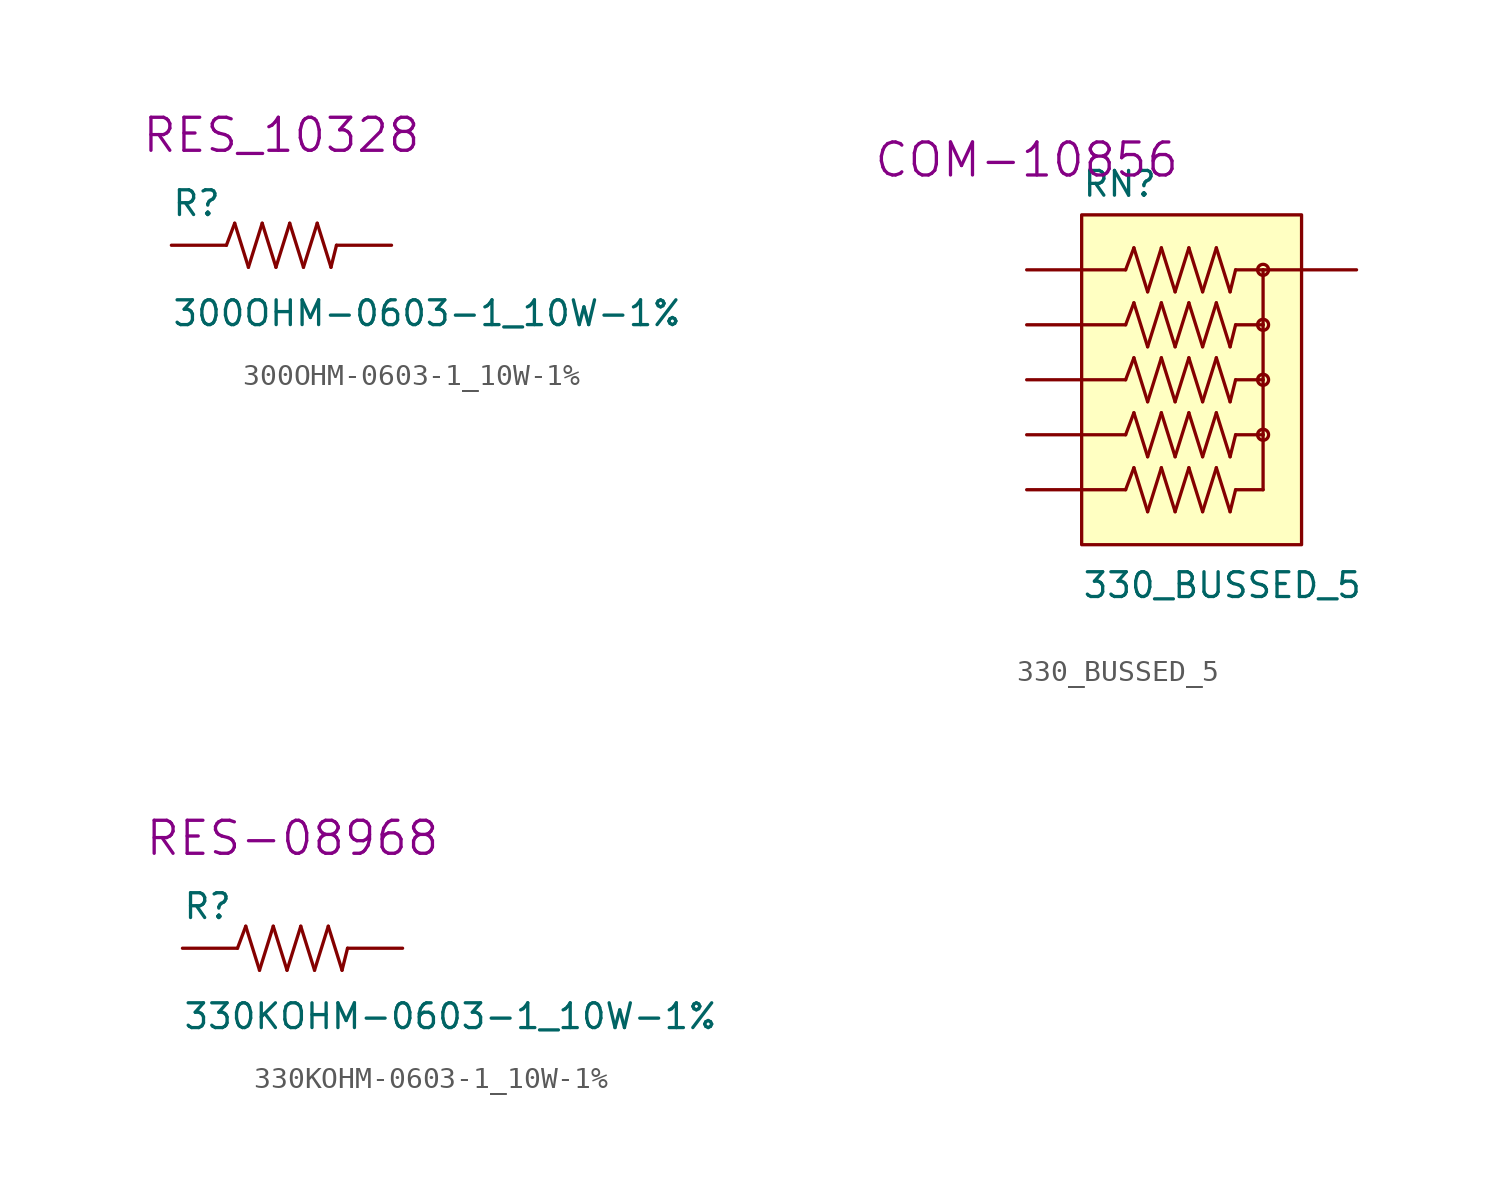
<source format=kicad_sym>
(kicad_symbol_lib
  (version 20211014)
  (generator kicad_symbol_editor)
  (symbol "300OHM-0603-1_10W-1%"
    (pin_numbers hide)
    (pin_names
      (offset 1.016) hide)
    (property "Reference" "R"
      (at -5.08 1.27 0)
      (effects (font (size 1.143 1.143)) (justify left bottom)))
    (property "Value" "300OHM-0603-1_10W-1%"
      (at -5.08 -3.81 0)
      (effects (font (size 1.143 1.143)) (justify left bottom)))
    (property "Field4" "RES_10328"
      (at 0 5.08 0)
      (effects (font (size 1.524 1.524))))
    (property "ki_locked" ""
      (at 0 0 0)
      (effects (font (size 1.27 1.27))))
    (symbol "300OHM-0603-1_10W-1%_1_0"
      (polyline (pts (xy -2.54 0) (xy -2.159 1.016)) (stroke (width 0) (type default) (color 0 0 0 0)) (fill (type none)))
      (polyline (pts (xy -2.159 1.016) (xy -1.524 -1.016)) (stroke (width 0) (type default) (color 0 0 0 0)) (fill (type none)))
      (polyline (pts (xy -1.524 -1.016) (xy -0.889 1.016)) (stroke (width 0) (type default) (color 0 0 0 0)) (fill (type none)))
      (polyline (pts (xy -0.889 1.016) (xy -0.254 -1.016)) (stroke (width 0) (type default) (color 0 0 0 0)) (fill (type none)))
      (polyline (pts (xy -0.254 -1.016) (xy 0.381 1.016)) (stroke (width 0) (type default) (color 0 0 0 0)) (fill (type none)))
      (polyline (pts (xy 0.381 1.016) (xy 1.016 -1.016)) (stroke (width 0) (type default) (color 0 0 0 0)) (fill (type none)))
      (polyline (pts (xy 1.016 -1.016) (xy 1.651 1.016)) (stroke (width 0) (type default) (color 0 0 0 0)) (fill (type none)))
      (polyline (pts (xy 1.651 1.016) (xy 2.286 -1.016)) (stroke (width 0) (type default) (color 0 0 0 0)) (fill (type none)))
      (polyline (pts (xy 2.286 -1.016) (xy 2.54 0)) (stroke (width 0) (type default) (color 0 0 0 0)) (fill (type none))))
    (symbol "300OHM-0603-1_10W-1%_1_1"
      (pin passive line (at -5.08 0 0) (length 2.54) (name "1" (effects (font (size 1.016 1.016)))) (number "1" (effects (font (size 1.016 1.016)))))
      (pin passive line (at 5.08 0 180) (length 2.54) (name "2" (effects (font (size 1.016 1.016)))) (number "2" (effects (font (size 1.016 1.016)))))))
  (symbol "330_BUSSED_5"
    (pin_numbers hide)
    (pin_names
      (offset 1.016) hide)
    (property "Reference" "RN"
      (at 2.54 3.302 0)
      (effects (font (size 1.143 1.143)) (justify left bottom)))
    (property "Value" "330_BUSSED_5"
      (at 2.54 -15.24 0)
      (effects (font (size 1.143 1.143)) (justify left bottom)))
    (property "Field4" "COM-10856"
      (at 0 5.08 0)
      (effects (font (size 1.524 1.524))))
    (property "ki_locked" ""
      (at 0 0 0)
      (effects (font (size 1.27 1.27))))
    (symbol "330_BUSSED_5_1_0"
      (polyline (pts (xy 2.54 -10.16) (xy 4.572 -10.16)) (stroke (width 0) (type default) (color 0 0 0 0)) (fill (type none)))
      (polyline (pts (xy 2.54 -5.08) (xy 4.572 -5.08)) (stroke (width 0) (type default) (color 0 0 0 0)) (fill (type none)))
      (polyline (pts (xy 2.54 -2.54) (xy 4.572 -2.54)) (stroke (width 0) (type default) (color 0 0 0 0)) (fill (type none)))
      (polyline (pts (xy 2.54 0) (xy 4.572 0)) (stroke (width 0) (type default) (color 0 0 0 0)) (fill (type none)))
      (polyline (pts (xy 4.572 -10.16) (xy 4.953 -9.144)) (stroke (width 0) (type default) (color 0 0 0 0)) (fill (type none)))
      (polyline (pts (xy 4.572 -7.62) (xy 2.54 -7.62)) (stroke (width 0) (type default) (color 0 0 0 0)) (fill (type none)))
      (polyline (pts (xy 4.572 -7.62) (xy 4.953 -6.604)) (stroke (width 0) (type default) (color 0 0 0 0)) (fill (type none)))
      (polyline (pts (xy 4.572 -5.08) (xy 4.953 -4.064)) (stroke (width 0) (type default) (color 0 0 0 0)) (fill (type none)))
      (polyline (pts (xy 4.572 -2.54) (xy 4.953 -1.524)) (stroke (width 0) (type default) (color 0 0 0 0)) (fill (type none)))
      (polyline (pts (xy 4.572 0) (xy 4.953 1.016)) (stroke (width 0) (type default) (color 0 0 0 0)) (fill (type none)))
      (polyline (pts (xy 4.953 -9.144) (xy 5.588 -11.176)) (stroke (width 0) (type default) (color 0 0 0 0)) (fill (type none)))
      (polyline (pts (xy 4.953 -6.604) (xy 5.588 -8.636)) (stroke (width 0) (type default) (color 0 0 0 0)) (fill (type none)))
      (polyline (pts (xy 4.953 -4.064) (xy 5.588 -6.096)) (stroke (width 0) (type default) (color 0 0 0 0)) (fill (type none)))
      (polyline (pts (xy 4.953 -1.524) (xy 5.588 -3.556)) (stroke (width 0) (type default) (color 0 0 0 0)) (fill (type none)))
      (polyline (pts (xy 4.953 1.016) (xy 5.588 -1.016)) (stroke (width 0) (type default) (color 0 0 0 0)) (fill (type none)))
      (polyline (pts (xy 5.588 -11.176) (xy 6.223 -9.144)) (stroke (width 0) (type default) (color 0 0 0 0)) (fill (type none)))
      (polyline (pts (xy 5.588 -8.636) (xy 6.223 -6.604)) (stroke (width 0) (type default) (color 0 0 0 0)) (fill (type none)))
      (polyline (pts (xy 5.588 -6.096) (xy 6.223 -4.064)) (stroke (width 0) (type default) (color 0 0 0 0)) (fill (type none)))
      (polyline (pts (xy 5.588 -3.556) (xy 6.223 -1.524)) (stroke (width 0) (type default) (color 0 0 0 0)) (fill (type none)))
      (polyline (pts (xy 5.588 -1.016) (xy 6.223 1.016)) (stroke (width 0) (type default) (color 0 0 0 0)) (fill (type none)))
      (polyline (pts (xy 6.223 -9.144) (xy 6.858 -11.176)) (stroke (width 0) (type default) (color 0 0 0 0)) (fill (type none)))
      (polyline (pts (xy 6.223 -6.604) (xy 6.858 -8.636)) (stroke (width 0) (type default) (color 0 0 0 0)) (fill (type none)))
      (polyline (pts (xy 6.223 -4.064) (xy 6.858 -6.096)) (stroke (width 0) (type default) (color 0 0 0 0)) (fill (type none)))
      (polyline (pts (xy 6.223 -1.524) (xy 6.858 -3.556)) (stroke (width 0) (type default) (color 0 0 0 0)) (fill (type none)))
      (polyline (pts (xy 6.223 1.016) (xy 6.858 -1.016)) (stroke (width 0) (type default) (color 0 0 0 0)) (fill (type none)))
      (polyline (pts (xy 6.858 -11.176) (xy 7.493 -9.144)) (stroke (width 0) (type default) (color 0 0 0 0)) (fill (type none)))
      (polyline (pts (xy 6.858 -8.636) (xy 7.493 -6.604)) (stroke (width 0) (type default) (color 0 0 0 0)) (fill (type none)))
      (polyline (pts (xy 6.858 -6.096) (xy 7.493 -4.064)) (stroke (width 0) (type default) (color 0 0 0 0)) (fill (type none)))
      (polyline (pts (xy 6.858 -3.556) (xy 7.493 -1.524)) (stroke (width 0) (type default) (color 0 0 0 0)) (fill (type none)))
      (polyline (pts (xy 6.858 -1.016) (xy 7.493 1.016)) (stroke (width 0) (type default) (color 0 0 0 0)) (fill (type none)))
      (polyline (pts (xy 7.493 -9.144) (xy 8.128 -11.176)) (stroke (width 0) (type default) (color 0 0 0 0)) (fill (type none)))
      (polyline (pts (xy 7.493 -6.604) (xy 8.128 -8.636)) (stroke (width 0) (type default) (color 0 0 0 0)) (fill (type none)))
      (polyline (pts (xy 7.493 -4.064) (xy 8.128 -6.096)) (stroke (width 0) (type default) (color 0 0 0 0)) (fill (type none)))
      (polyline (pts (xy 7.493 -1.524) (xy 8.128 -3.556)) (stroke (width 0) (type default) (color 0 0 0 0)) (fill (type none)))
      (polyline (pts (xy 7.493 1.016) (xy 8.128 -1.016)) (stroke (width 0) (type default) (color 0 0 0 0)) (fill (type none)))
      (polyline (pts (xy 8.128 -11.176) (xy 8.763 -9.144)) (stroke (width 0) (type default) (color 0 0 0 0)) (fill (type none)))
      (polyline (pts (xy 8.128 -8.636) (xy 8.763 -6.604)) (stroke (width 0) (type default) (color 0 0 0 0)) (fill (type none)))
      (polyline (pts (xy 8.128 -6.096) (xy 8.763 -4.064)) (stroke (width 0) (type default) (color 0 0 0 0)) (fill (type none)))
      (polyline (pts (xy 8.128 -3.556) (xy 8.763 -1.524)) (stroke (width 0) (type default) (color 0 0 0 0)) (fill (type none)))
      (polyline (pts (xy 8.128 -1.016) (xy 8.763 1.016)) (stroke (width 0) (type default) (color 0 0 0 0)) (fill (type none)))
      (polyline (pts (xy 8.763 -9.144) (xy 9.398 -11.176)) (stroke (width 0) (type default) (color 0 0 0 0)) (fill (type none)))
      (polyline (pts (xy 8.763 -6.604) (xy 9.398 -8.636)) (stroke (width 0) (type default) (color 0 0 0 0)) (fill (type none)))
      (polyline (pts (xy 8.763 -4.064) (xy 9.398 -6.096)) (stroke (width 0) (type default) (color 0 0 0 0)) (fill (type none)))
      (polyline (pts (xy 8.763 -1.524) (xy 9.398 -3.556)) (stroke (width 0) (type default) (color 0 0 0 0)) (fill (type none)))
      (polyline (pts (xy 8.763 1.016) (xy 9.398 -1.016)) (stroke (width 0) (type default) (color 0 0 0 0)) (fill (type none)))
      (polyline (pts (xy 9.398 -11.176) (xy 9.652 -10.16)) (stroke (width 0) (type default) (color 0 0 0 0)) (fill (type none)))
      (polyline (pts (xy 9.398 -8.636) (xy 9.652 -7.62)) (stroke (width 0) (type default) (color 0 0 0 0)) (fill (type none)))
      (polyline (pts (xy 9.398 -6.096) (xy 9.652 -5.08)) (stroke (width 0) (type default) (color 0 0 0 0)) (fill (type none)))
      (polyline (pts (xy 9.398 -3.556) (xy 9.652 -2.54)) (stroke (width 0) (type default) (color 0 0 0 0)) (fill (type none)))
      (polyline (pts (xy 9.398 -1.016) (xy 9.652 0)) (stroke (width 0) (type default) (color 0 0 0 0)) (fill (type none)))
      (polyline (pts (xy 9.652 -10.16) (xy 10.922 -10.16)) (stroke (width 0) (type default) (color 0 0 0 0)) (fill (type none)))
      (polyline (pts (xy 9.652 0) (xy 10.922 0)) (stroke (width 0) (type default) (color 0 0 0 0)) (fill (type none)))
      (polyline (pts (xy 10.922 -10.16) (xy 10.922 -7.62)) (stroke (width 0) (type default) (color 0 0 0 0)) (fill (type none)))
      (polyline (pts (xy 10.922 -7.62) (xy 9.652 -7.62)) (stroke (width 0) (type default) (color 0 0 0 0)) (fill (type none)))
      (polyline (pts (xy 10.922 -7.62) (xy 10.922 -5.08)) (stroke (width 0) (type default) (color 0 0 0 0)) (fill (type none)))
      (polyline (pts (xy 10.922 -5.08) (xy 9.652 -5.08)) (stroke (width 0) (type default) (color 0 0 0 0)) (fill (type none)))
      (polyline (pts (xy 10.922 -5.08) (xy 10.922 -2.54)) (stroke (width 0) (type default) (color 0 0 0 0)) (fill (type none)))
      (polyline (pts (xy 10.922 -2.54) (xy 9.652 -2.54)) (stroke (width 0) (type default) (color 0 0 0 0)) (fill (type none)))
      (polyline (pts (xy 10.922 0) (xy 10.922 -2.54)) (stroke (width 0) (type default) (color 0 0 0 0)) (fill (type none)))
      (polyline (pts (xy 10.922 0) (xy 12.7 0)) (stroke (width 0) (type default) (color 0 0 0 0)) (fill (type none))))
    (symbol "330_BUSSED_5_1_1"
      (polyline (pts (xy 2.54 2.54) (xy 12.7 2.54) (xy 12.7 0) (xy 12.7 -12.7) (xy 2.54 -12.7) (xy 2.54 2.54)) (stroke (width 0) (type default) (color 0 0 0 0)) (fill (type background)))
      (circle (center 10.922 -7.62) (radius 0.254) (stroke (width 0) (type default) (color 0 0 0 0)) (fill (type none)))
      (circle (center 10.922 -5.08) (radius 0.254) (stroke (width 0) (type default) (color 0 0 0 0)) (fill (type none)))
      (circle (center 10.922 -2.54) (radius 0.254) (stroke (width 0) (type default) (color 0 0 0 0)) (fill (type none)))
      (circle (center 10.922 0) (radius 0.254) (stroke (width 0) (type default) (color 0 0 0 0)) (fill (type none)))
      (pin passive line (at 15.24 0 180) (length 2.54) (name "1" (effects (font (size 1.016 1.016)))) (number "P$1" (effects (font (size 1.016 1.016)))))
      (pin passive line (at 0 0 0) (length 2.54) (name "2" (effects (font (size 1.016 1.016)))) (number "P$2" (effects (font (size 1.016 1.016)))))
      (pin passive line (at 0 -2.54 0) (length 2.54) (name "3" (effects (font (size 1.016 1.016)))) (number "P$3" (effects (font (size 1.016 1.016)))))
      (pin passive line (at 0 -5.08 0) (length 2.54) (name "4" (effects (font (size 1.016 1.016)))) (number "P$4" (effects (font (size 1.016 1.016)))))
      (pin passive line (at 0 -7.62 0) (length 2.54) (name "5" (effects (font (size 1.016 1.016)))) (number "P$5" (effects (font (size 1.016 1.016)))))
      (pin passive line (at 0 -10.16 0) (length 2.54) (name "6" (effects (font (size 1.016 1.016)))) (number "P$6" (effects (font (size 1.016 1.016)))))))
  (symbol "330KOHM-0603-1_10W-1%"
    (pin_numbers hide)
    (pin_names
      (offset 1.016) hide)
    (property "Reference" "R"
      (at -5.08 1.27 0)
      (effects (font (size 1.143 1.143)) (justify left bottom)))
    (property "Value" "330KOHM-0603-1_10W-1%"
      (at -5.08 -3.81 0)
      (effects (font (size 1.143 1.143)) (justify left bottom)))
    (property "Field4" "RES-08968"
      (at 0 5.08 0)
      (effects (font (size 1.524 1.524))))
    (property "ki_locked" ""
      (at 0 0 0)
      (effects (font (size 1.27 1.27))))
    (symbol "330KOHM-0603-1_10W-1%_1_0"
      (polyline (pts (xy -2.54 0) (xy -2.159 1.016)) (stroke (width 0) (type default) (color 0 0 0 0)) (fill (type none)))
      (polyline (pts (xy -2.159 1.016) (xy -1.524 -1.016)) (stroke (width 0) (type default) (color 0 0 0 0)) (fill (type none)))
      (polyline (pts (xy -1.524 -1.016) (xy -0.889 1.016)) (stroke (width 0) (type default) (color 0 0 0 0)) (fill (type none)))
      (polyline (pts (xy -0.889 1.016) (xy -0.254 -1.016)) (stroke (width 0) (type default) (color 0 0 0 0)) (fill (type none)))
      (polyline (pts (xy -0.254 -1.016) (xy 0.381 1.016)) (stroke (width 0) (type default) (color 0 0 0 0)) (fill (type none)))
      (polyline (pts (xy 0.381 1.016) (xy 1.016 -1.016)) (stroke (width 0) (type default) (color 0 0 0 0)) (fill (type none)))
      (polyline (pts (xy 1.016 -1.016) (xy 1.651 1.016)) (stroke (width 0) (type default) (color 0 0 0 0)) (fill (type none)))
      (polyline (pts (xy 1.651 1.016) (xy 2.286 -1.016)) (stroke (width 0) (type default) (color 0 0 0 0)) (fill (type none)))
      (polyline (pts (xy 2.286 -1.016) (xy 2.54 0)) (stroke (width 0) (type default) (color 0 0 0 0)) (fill (type none))))
    (symbol "330KOHM-0603-1_10W-1%_1_1"
      (pin passive line (at -5.08 0 0) (length 2.54) (name "1" (effects (font (size 1.016 1.016)))) (number "1" (effects (font (size 1.016 1.016)))))
      (pin passive line (at 5.08 0 180) (length 2.54) (name "2" (effects (font (size 1.016 1.016)))) (number "2" (effects (font (size 1.016 1.016))))))))
</source>
